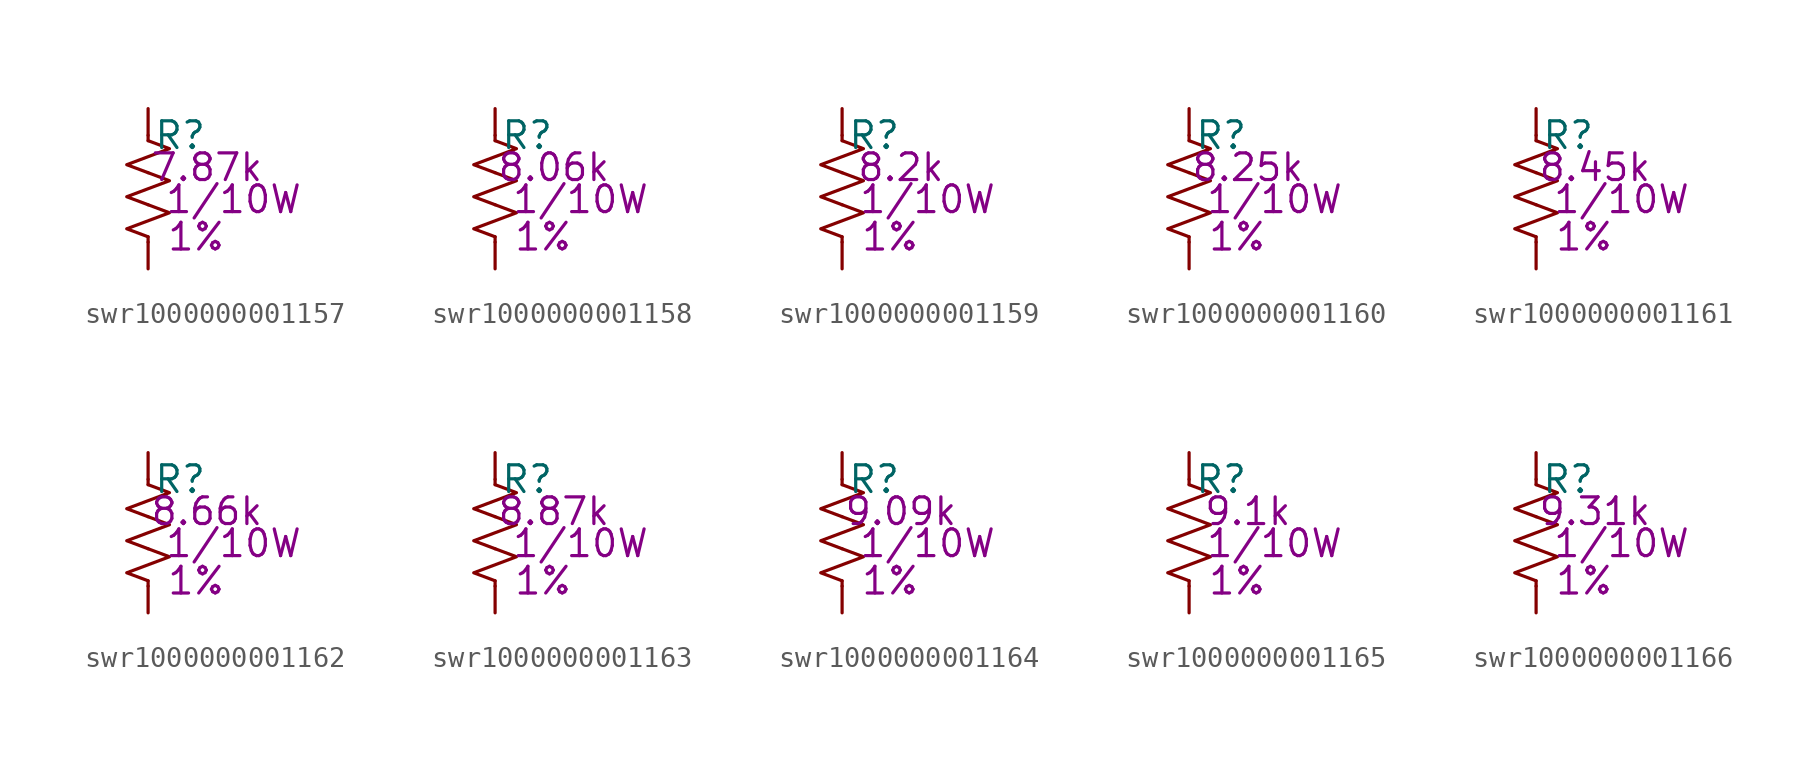
<source format=kicad_sym>
(kicad_symbol_lib
  (version 20211014)
  (generator kicad_symbol_editor)
  (symbol "swr1000000001157"
    (pin_numbers hide)
    (pin_names
      (offset 1.016))
    (property "Reference" "R"
      (at 1.524 2.54 0)
      (effects (font (size 1.27 1.27))))
    (property "Tolerance" "1%"
      (at 2.286 -2.286 0)
      (effects (font (size 1.27 1.27))))
    (property "Wattage" "1/10W"
      (at 4.064 -0.508 0)
      (effects (font (size 1.27 1.27))))
    (property "PartValue" "7.87k"
      (at 2.794 1.016 0)
      (effects (font (size 1.27 1.27))))
    (symbol "swr1000000001157_1_1"
      (polyline (pts (xy 0 -2.286) (xy 0 -2.54)) (stroke (width 0) (type default) (color 0 0 0 0)) (fill (type none)))
      (polyline (pts (xy 0 2.286) (xy 0 2.54)) (stroke (width 0) (type default) (color 0 0 0 0)) (fill (type none)))
      (polyline (pts (xy 0 -0.762) (xy 1.016 -1.143) (xy 0 -1.524) (xy -1.016 -1.905) (xy 0 -2.286)) (stroke (width 0) (type default) (color 0 0 0 0)) (fill (type none)))
      (polyline (pts (xy 0 0.762) (xy 1.016 0.381) (xy 0 0) (xy -1.016 -0.381) (xy 0 -0.762)) (stroke (width 0) (type default) (color 0 0 0 0)) (fill (type none)))
      (polyline (pts (xy 0 2.286) (xy 1.016 1.905) (xy 0 1.524) (xy -1.016 1.143) (xy 0 0.762)) (stroke (width 0) (type default) (color 0 0 0 0)) (fill (type none)))
      (pin passive line (at 0 3.81 270) (length 1.27) (name "~" (effects (font (size 1.27 1.27)))) (number "1" (effects (font (size 1.27 1.27)))))
      (pin passive line (at 0 -3.81 90) (length 1.27) (name "~" (effects (font (size 1.27 1.27)))) (number "2" (effects (font (size 1.27 1.27)))))))
  (symbol "swr1000000001158"
    (pin_numbers hide)
    (pin_names
      (offset 1.016))
    (property "Reference" "R"
      (at 1.524 2.54 0)
      (effects (font (size 1.27 1.27))))
    (property "Tolerance" "1%"
      (at 2.286 -2.286 0)
      (effects (font (size 1.27 1.27))))
    (property "Wattage" "1/10W"
      (at 4.064 -0.508 0)
      (effects (font (size 1.27 1.27))))
    (property "PartValue" "8.06k"
      (at 2.794 1.016 0)
      (effects (font (size 1.27 1.27))))
    (symbol "swr1000000001158_1_1"
      (polyline (pts (xy 0 -2.286) (xy 0 -2.54)) (stroke (width 0) (type default) (color 0 0 0 0)) (fill (type none)))
      (polyline (pts (xy 0 2.286) (xy 0 2.54)) (stroke (width 0) (type default) (color 0 0 0 0)) (fill (type none)))
      (polyline (pts (xy 0 -0.762) (xy 1.016 -1.143) (xy 0 -1.524) (xy -1.016 -1.905) (xy 0 -2.286)) (stroke (width 0) (type default) (color 0 0 0 0)) (fill (type none)))
      (polyline (pts (xy 0 0.762) (xy 1.016 0.381) (xy 0 0) (xy -1.016 -0.381) (xy 0 -0.762)) (stroke (width 0) (type default) (color 0 0 0 0)) (fill (type none)))
      (polyline (pts (xy 0 2.286) (xy 1.016 1.905) (xy 0 1.524) (xy -1.016 1.143) (xy 0 0.762)) (stroke (width 0) (type default) (color 0 0 0 0)) (fill (type none)))
      (pin passive line (at 0 3.81 270) (length 1.27) (name "~" (effects (font (size 1.27 1.27)))) (number "1" (effects (font (size 1.27 1.27)))))
      (pin passive line (at 0 -3.81 90) (length 1.27) (name "~" (effects (font (size 1.27 1.27)))) (number "2" (effects (font (size 1.27 1.27)))))))
  (symbol "swr1000000001159"
    (pin_numbers hide)
    (pin_names
      (offset 1.016))
    (property "Reference" "R"
      (at 1.524 2.54 0)
      (effects (font (size 1.27 1.27))))
    (property "Tolerance" "1%"
      (at 2.286 -2.286 0)
      (effects (font (size 1.27 1.27))))
    (property "Wattage" "1/10W"
      (at 4.064 -0.508 0)
      (effects (font (size 1.27 1.27))))
    (property "PartValue" "8.2k"
      (at 2.794 1.016 0)
      (effects (font (size 1.27 1.27))))
    (symbol "swr1000000001159_1_1"
      (polyline (pts (xy 0 -2.286) (xy 0 -2.54)) (stroke (width 0) (type default) (color 0 0 0 0)) (fill (type none)))
      (polyline (pts (xy 0 2.286) (xy 0 2.54)) (stroke (width 0) (type default) (color 0 0 0 0)) (fill (type none)))
      (polyline (pts (xy 0 -0.762) (xy 1.016 -1.143) (xy 0 -1.524) (xy -1.016 -1.905) (xy 0 -2.286)) (stroke (width 0) (type default) (color 0 0 0 0)) (fill (type none)))
      (polyline (pts (xy 0 0.762) (xy 1.016 0.381) (xy 0 0) (xy -1.016 -0.381) (xy 0 -0.762)) (stroke (width 0) (type default) (color 0 0 0 0)) (fill (type none)))
      (polyline (pts (xy 0 2.286) (xy 1.016 1.905) (xy 0 1.524) (xy -1.016 1.143) (xy 0 0.762)) (stroke (width 0) (type default) (color 0 0 0 0)) (fill (type none)))
      (pin passive line (at 0 3.81 270) (length 1.27) (name "~" (effects (font (size 1.27 1.27)))) (number "1" (effects (font (size 1.27 1.27)))))
      (pin passive line (at 0 -3.81 90) (length 1.27) (name "~" (effects (font (size 1.27 1.27)))) (number "2" (effects (font (size 1.27 1.27)))))))
  (symbol "swr1000000001160"
    (pin_numbers hide)
    (pin_names
      (offset 1.016))
    (property "Reference" "R"
      (at 1.524 2.54 0)
      (effects (font (size 1.27 1.27))))
    (property "Tolerance" "1%"
      (at 2.286 -2.286 0)
      (effects (font (size 1.27 1.27))))
    (property "Wattage" "1/10W"
      (at 4.064 -0.508 0)
      (effects (font (size 1.27 1.27))))
    (property "PartValue" "8.25k"
      (at 2.794 1.016 0)
      (effects (font (size 1.27 1.27))))
    (symbol "swr1000000001160_1_1"
      (polyline (pts (xy 0 -2.286) (xy 0 -2.54)) (stroke (width 0) (type default) (color 0 0 0 0)) (fill (type none)))
      (polyline (pts (xy 0 2.286) (xy 0 2.54)) (stroke (width 0) (type default) (color 0 0 0 0)) (fill (type none)))
      (polyline (pts (xy 0 -0.762) (xy 1.016 -1.143) (xy 0 -1.524) (xy -1.016 -1.905) (xy 0 -2.286)) (stroke (width 0) (type default) (color 0 0 0 0)) (fill (type none)))
      (polyline (pts (xy 0 0.762) (xy 1.016 0.381) (xy 0 0) (xy -1.016 -0.381) (xy 0 -0.762)) (stroke (width 0) (type default) (color 0 0 0 0)) (fill (type none)))
      (polyline (pts (xy 0 2.286) (xy 1.016 1.905) (xy 0 1.524) (xy -1.016 1.143) (xy 0 0.762)) (stroke (width 0) (type default) (color 0 0 0 0)) (fill (type none)))
      (pin passive line (at 0 3.81 270) (length 1.27) (name "~" (effects (font (size 1.27 1.27)))) (number "1" (effects (font (size 1.27 1.27)))))
      (pin passive line (at 0 -3.81 90) (length 1.27) (name "~" (effects (font (size 1.27 1.27)))) (number "2" (effects (font (size 1.27 1.27)))))))
  (symbol "swr1000000001161"
    (pin_numbers hide)
    (pin_names
      (offset 1.016))
    (property "Reference" "R"
      (at 1.524 2.54 0)
      (effects (font (size 1.27 1.27))))
    (property "Tolerance" "1%"
      (at 2.286 -2.286 0)
      (effects (font (size 1.27 1.27))))
    (property "Wattage" "1/10W"
      (at 4.064 -0.508 0)
      (effects (font (size 1.27 1.27))))
    (property "PartValue" "8.45k"
      (at 2.794 1.016 0)
      (effects (font (size 1.27 1.27))))
    (symbol "swr1000000001161_1_1"
      (polyline (pts (xy 0 -2.286) (xy 0 -2.54)) (stroke (width 0) (type default) (color 0 0 0 0)) (fill (type none)))
      (polyline (pts (xy 0 2.286) (xy 0 2.54)) (stroke (width 0) (type default) (color 0 0 0 0)) (fill (type none)))
      (polyline (pts (xy 0 -0.762) (xy 1.016 -1.143) (xy 0 -1.524) (xy -1.016 -1.905) (xy 0 -2.286)) (stroke (width 0) (type default) (color 0 0 0 0)) (fill (type none)))
      (polyline (pts (xy 0 0.762) (xy 1.016 0.381) (xy 0 0) (xy -1.016 -0.381) (xy 0 -0.762)) (stroke (width 0) (type default) (color 0 0 0 0)) (fill (type none)))
      (polyline (pts (xy 0 2.286) (xy 1.016 1.905) (xy 0 1.524) (xy -1.016 1.143) (xy 0 0.762)) (stroke (width 0) (type default) (color 0 0 0 0)) (fill (type none)))
      (pin passive line (at 0 3.81 270) (length 1.27) (name "~" (effects (font (size 1.27 1.27)))) (number "1" (effects (font (size 1.27 1.27)))))
      (pin passive line (at 0 -3.81 90) (length 1.27) (name "~" (effects (font (size 1.27 1.27)))) (number "2" (effects (font (size 1.27 1.27)))))))
  (symbol "swr1000000001162"
    (pin_numbers hide)
    (pin_names
      (offset 1.016))
    (property "Reference" "R"
      (at 1.524 2.54 0)
      (effects (font (size 1.27 1.27))))
    (property "Tolerance" "1%"
      (at 2.286 -2.286 0)
      (effects (font (size 1.27 1.27))))
    (property "Wattage" "1/10W"
      (at 4.064 -0.508 0)
      (effects (font (size 1.27 1.27))))
    (property "PartValue" "8.66k"
      (at 2.794 1.016 0)
      (effects (font (size 1.27 1.27))))
    (symbol "swr1000000001162_1_1"
      (polyline (pts (xy 0 -2.286) (xy 0 -2.54)) (stroke (width 0) (type default) (color 0 0 0 0)) (fill (type none)))
      (polyline (pts (xy 0 2.286) (xy 0 2.54)) (stroke (width 0) (type default) (color 0 0 0 0)) (fill (type none)))
      (polyline (pts (xy 0 -0.762) (xy 1.016 -1.143) (xy 0 -1.524) (xy -1.016 -1.905) (xy 0 -2.286)) (stroke (width 0) (type default) (color 0 0 0 0)) (fill (type none)))
      (polyline (pts (xy 0 0.762) (xy 1.016 0.381) (xy 0 0) (xy -1.016 -0.381) (xy 0 -0.762)) (stroke (width 0) (type default) (color 0 0 0 0)) (fill (type none)))
      (polyline (pts (xy 0 2.286) (xy 1.016 1.905) (xy 0 1.524) (xy -1.016 1.143) (xy 0 0.762)) (stroke (width 0) (type default) (color 0 0 0 0)) (fill (type none)))
      (pin passive line (at 0 3.81 270) (length 1.27) (name "~" (effects (font (size 1.27 1.27)))) (number "1" (effects (font (size 1.27 1.27)))))
      (pin passive line (at 0 -3.81 90) (length 1.27) (name "~" (effects (font (size 1.27 1.27)))) (number "2" (effects (font (size 1.27 1.27)))))))
  (symbol "swr1000000001163"
    (pin_numbers hide)
    (pin_names
      (offset 1.016))
    (property "Reference" "R"
      (at 1.524 2.54 0)
      (effects (font (size 1.27 1.27))))
    (property "Tolerance" "1%"
      (at 2.286 -2.286 0)
      (effects (font (size 1.27 1.27))))
    (property "Wattage" "1/10W"
      (at 4.064 -0.508 0)
      (effects (font (size 1.27 1.27))))
    (property "PartValue" "8.87k"
      (at 2.794 1.016 0)
      (effects (font (size 1.27 1.27))))
    (symbol "swr1000000001163_1_1"
      (polyline (pts (xy 0 -2.286) (xy 0 -2.54)) (stroke (width 0) (type default) (color 0 0 0 0)) (fill (type none)))
      (polyline (pts (xy 0 2.286) (xy 0 2.54)) (stroke (width 0) (type default) (color 0 0 0 0)) (fill (type none)))
      (polyline (pts (xy 0 -0.762) (xy 1.016 -1.143) (xy 0 -1.524) (xy -1.016 -1.905) (xy 0 -2.286)) (stroke (width 0) (type default) (color 0 0 0 0)) (fill (type none)))
      (polyline (pts (xy 0 0.762) (xy 1.016 0.381) (xy 0 0) (xy -1.016 -0.381) (xy 0 -0.762)) (stroke (width 0) (type default) (color 0 0 0 0)) (fill (type none)))
      (polyline (pts (xy 0 2.286) (xy 1.016 1.905) (xy 0 1.524) (xy -1.016 1.143) (xy 0 0.762)) (stroke (width 0) (type default) (color 0 0 0 0)) (fill (type none)))
      (pin passive line (at 0 3.81 270) (length 1.27) (name "~" (effects (font (size 1.27 1.27)))) (number "1" (effects (font (size 1.27 1.27)))))
      (pin passive line (at 0 -3.81 90) (length 1.27) (name "~" (effects (font (size 1.27 1.27)))) (number "2" (effects (font (size 1.27 1.27)))))))
  (symbol "swr1000000001164"
    (pin_numbers hide)
    (pin_names
      (offset 1.016))
    (property "Reference" "R"
      (at 1.524 2.54 0)
      (effects (font (size 1.27 1.27))))
    (property "Tolerance" "1%"
      (at 2.286 -2.286 0)
      (effects (font (size 1.27 1.27))))
    (property "Wattage" "1/10W"
      (at 4.064 -0.508 0)
      (effects (font (size 1.27 1.27))))
    (property "PartValue" "9.09k"
      (at 2.794 1.016 0)
      (effects (font (size 1.27 1.27))))
    (symbol "swr1000000001164_1_1"
      (polyline (pts (xy 0 -2.286) (xy 0 -2.54)) (stroke (width 0) (type default) (color 0 0 0 0)) (fill (type none)))
      (polyline (pts (xy 0 2.286) (xy 0 2.54)) (stroke (width 0) (type default) (color 0 0 0 0)) (fill (type none)))
      (polyline (pts (xy 0 -0.762) (xy 1.016 -1.143) (xy 0 -1.524) (xy -1.016 -1.905) (xy 0 -2.286)) (stroke (width 0) (type default) (color 0 0 0 0)) (fill (type none)))
      (polyline (pts (xy 0 0.762) (xy 1.016 0.381) (xy 0 0) (xy -1.016 -0.381) (xy 0 -0.762)) (stroke (width 0) (type default) (color 0 0 0 0)) (fill (type none)))
      (polyline (pts (xy 0 2.286) (xy 1.016 1.905) (xy 0 1.524) (xy -1.016 1.143) (xy 0 0.762)) (stroke (width 0) (type default) (color 0 0 0 0)) (fill (type none)))
      (pin passive line (at 0 3.81 270) (length 1.27) (name "~" (effects (font (size 1.27 1.27)))) (number "1" (effects (font (size 1.27 1.27)))))
      (pin passive line (at 0 -3.81 90) (length 1.27) (name "~" (effects (font (size 1.27 1.27)))) (number "2" (effects (font (size 1.27 1.27)))))))
  (symbol "swr1000000001165"
    (pin_numbers hide)
    (pin_names
      (offset 1.016))
    (property "Reference" "R"
      (at 1.524 2.54 0)
      (effects (font (size 1.27 1.27))))
    (property "Tolerance" "1%"
      (at 2.286 -2.286 0)
      (effects (font (size 1.27 1.27))))
    (property "Wattage" "1/10W"
      (at 4.064 -0.508 0)
      (effects (font (size 1.27 1.27))))
    (property "PartValue" "9.1k"
      (at 2.794 1.016 0)
      (effects (font (size 1.27 1.27))))
    (symbol "swr1000000001165_1_1"
      (polyline (pts (xy 0 -2.286) (xy 0 -2.54)) (stroke (width 0) (type default) (color 0 0 0 0)) (fill (type none)))
      (polyline (pts (xy 0 2.286) (xy 0 2.54)) (stroke (width 0) (type default) (color 0 0 0 0)) (fill (type none)))
      (polyline (pts (xy 0 -0.762) (xy 1.016 -1.143) (xy 0 -1.524) (xy -1.016 -1.905) (xy 0 -2.286)) (stroke (width 0) (type default) (color 0 0 0 0)) (fill (type none)))
      (polyline (pts (xy 0 0.762) (xy 1.016 0.381) (xy 0 0) (xy -1.016 -0.381) (xy 0 -0.762)) (stroke (width 0) (type default) (color 0 0 0 0)) (fill (type none)))
      (polyline (pts (xy 0 2.286) (xy 1.016 1.905) (xy 0 1.524) (xy -1.016 1.143) (xy 0 0.762)) (stroke (width 0) (type default) (color 0 0 0 0)) (fill (type none)))
      (pin passive line (at 0 3.81 270) (length 1.27) (name "~" (effects (font (size 1.27 1.27)))) (number "1" (effects (font (size 1.27 1.27)))))
      (pin passive line (at 0 -3.81 90) (length 1.27) (name "~" (effects (font (size 1.27 1.27)))) (number "2" (effects (font (size 1.27 1.27)))))))
  (symbol "swr1000000001166"
    (pin_numbers hide)
    (pin_names
      (offset 1.016))
    (property "Reference" "R"
      (at 1.524 2.54 0)
      (effects (font (size 1.27 1.27))))
    (property "Tolerance" "1%"
      (at 2.286 -2.286 0)
      (effects (font (size 1.27 1.27))))
    (property "Wattage" "1/10W"
      (at 4.064 -0.508 0)
      (effects (font (size 1.27 1.27))))
    (property "PartValue" "9.31k"
      (at 2.794 1.016 0)
      (effects (font (size 1.27 1.27))))
    (symbol "swr1000000001166_1_1"
      (polyline (pts (xy 0 -2.286) (xy 0 -2.54)) (stroke (width 0) (type default) (color 0 0 0 0)) (fill (type none)))
      (polyline (pts (xy 0 2.286) (xy 0 2.54)) (stroke (width 0) (type default) (color 0 0 0 0)) (fill (type none)))
      (polyline (pts (xy 0 -0.762) (xy 1.016 -1.143) (xy 0 -1.524) (xy -1.016 -1.905) (xy 0 -2.286)) (stroke (width 0) (type default) (color 0 0 0 0)) (fill (type none)))
      (polyline (pts (xy 0 0.762) (xy 1.016 0.381) (xy 0 0) (xy -1.016 -0.381) (xy 0 -0.762)) (stroke (width 0) (type default) (color 0 0 0 0)) (fill (type none)))
      (polyline (pts (xy 0 2.286) (xy 1.016 1.905) (xy 0 1.524) (xy -1.016 1.143) (xy 0 0.762)) (stroke (width 0) (type default) (color 0 0 0 0)) (fill (type none)))
      (pin passive line (at 0 3.81 270) (length 1.27) (name "~" (effects (font (size 1.27 1.27)))) (number "1" (effects (font (size 1.27 1.27)))))
      (pin passive line (at 0 -3.81 90) (length 1.27) (name "~" (effects (font (size 1.27 1.27)))) (number "2" (effects (font (size 1.27 1.27))))))))
</source>
